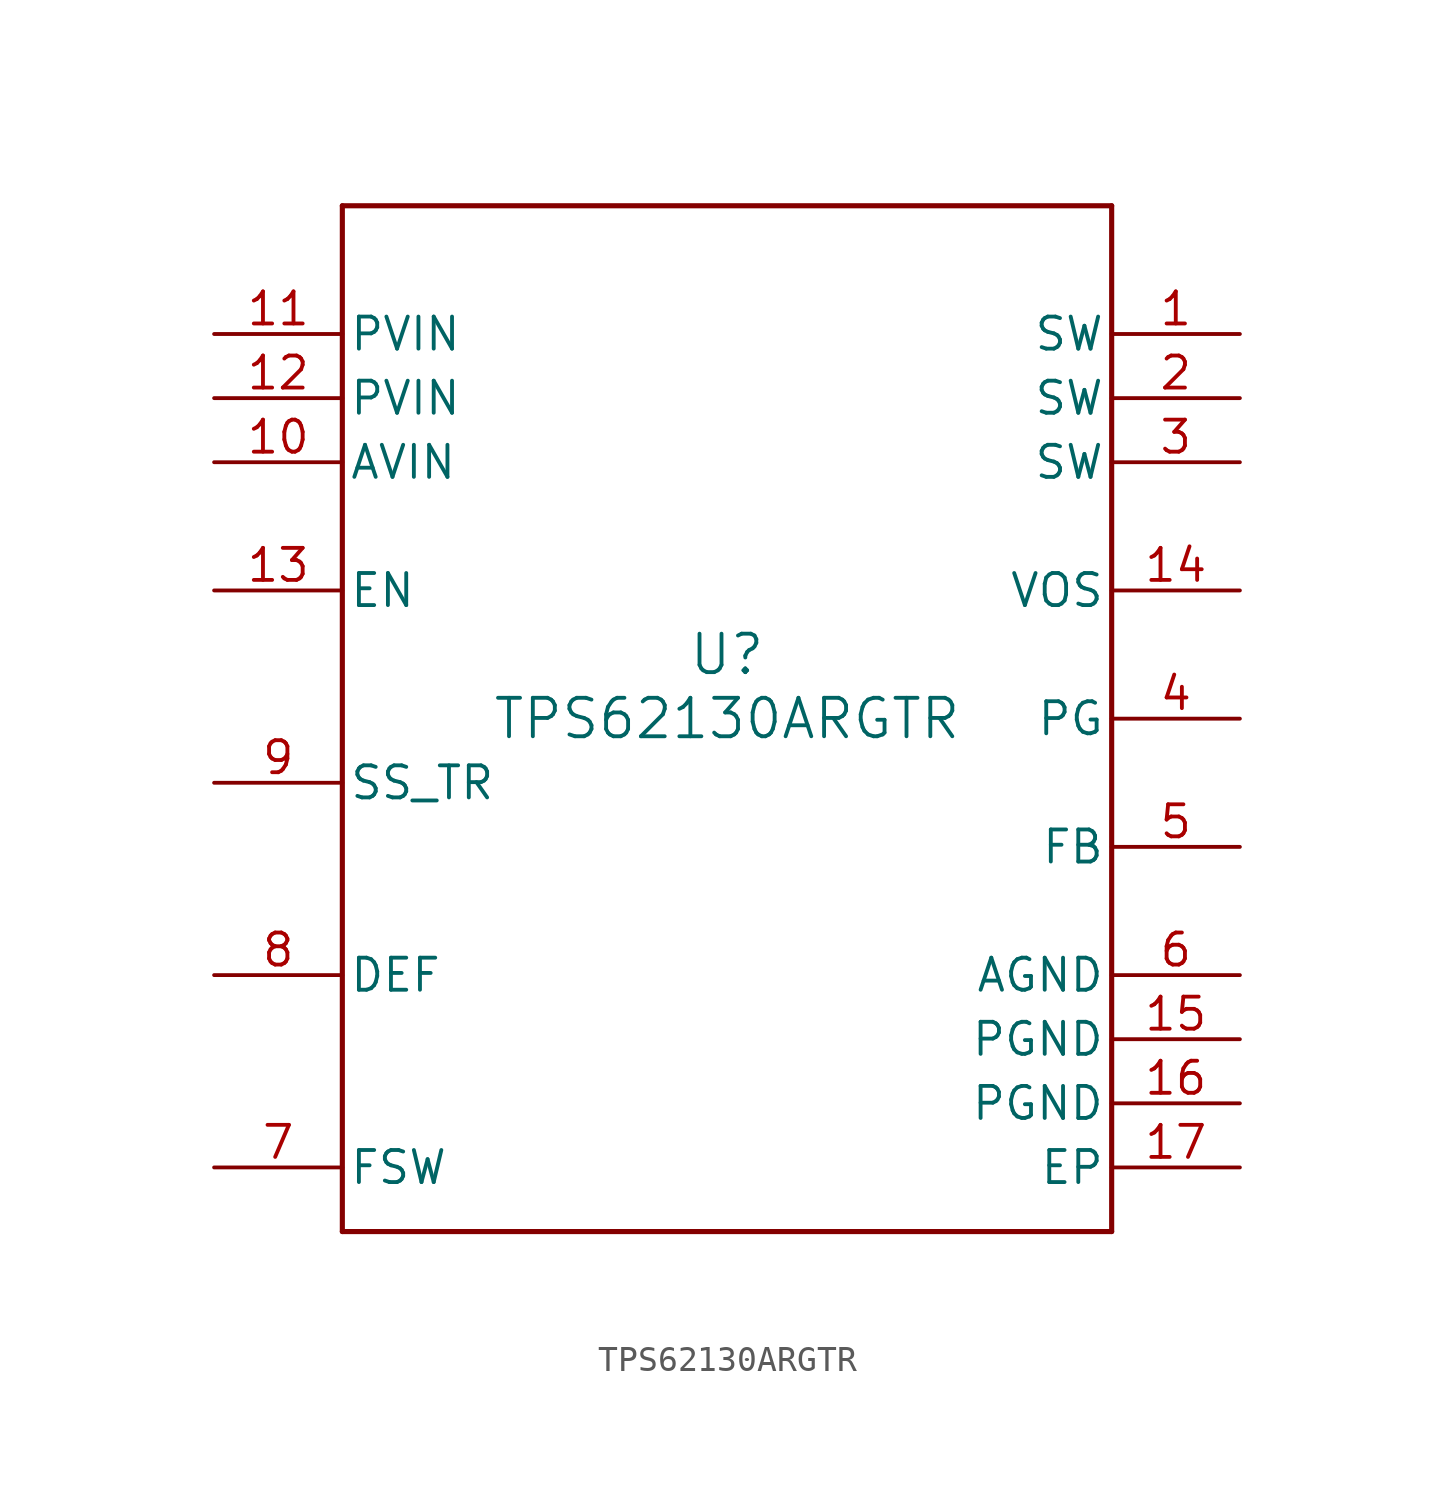
<source format=kicad_sym>
(kicad_symbol_lib
  (version 20211014)
  (generator kicad_symbol_editor)
  (symbol "TPS62130ARGTR"
    (pin_names
      (offset 0.254))
    (property "Reference" "U"
      (at 0 2.54 0)
      (effects (font (size 1.524 1.524))))
    (property "Value" "TPS62130ARGTR"
      (at 0 0 0)
      (effects (font (size 1.524 1.524))))
    (symbol "TPS62130ARGTR_0_1"
      (polyline (pts (xy -15.24 -20.32) (xy 15.24 -20.32)) (stroke (width 0.203) (type default) (color 0 0 0 0)) (fill (type none)))
      (polyline (pts (xy 15.24 -20.32) (xy 15.24 20.32)) (stroke (width 0.203) (type default) (color 0 0 0 0)) (fill (type none)))
      (polyline (pts (xy 15.24 20.32) (xy -15.24 20.32)) (stroke (width 0.203) (type default) (color 0 0 0 0)) (fill (type none)))
      (polyline (pts (xy -15.24 20.32) (xy -15.24 -20.32)) (stroke (width 0.203) (type default) (color 0 0 0 0)) (fill (type none)))
      (pin power_in line (at 20.32 15.24 180) (length 5.08) (name "SW" (effects (font (size 1.27 1.27)))) (number "1" (effects (font (size 1.27 1.27)))))
      (pin power_in line (at 20.32 12.7 180) (length 5.08) (name "SW" (effects (font (size 1.27 1.27)))) (number "2" (effects (font (size 1.27 1.27)))))
      (pin power_in line (at 20.32 10.16 180) (length 5.08) (name "SW" (effects (font (size 1.27 1.27)))) (number "3" (effects (font (size 1.27 1.27)))))
      (pin open_collector line (at 20.32 0 180) (length 5.08) (name "PG" (effects (font (size 1.27 1.27)))) (number "4" (effects (font (size 1.27 1.27)))))
      (pin input line (at 20.32 -5.08 180) (length 5.08) (name "FB" (effects (font (size 1.27 1.27)))) (number "5" (effects (font (size 1.27 1.27)))))
      (pin power_in line (at 20.32 -10.16 180) (length 5.08) (name "AGND" (effects (font (size 1.27 1.27)))) (number "6" (effects (font (size 1.27 1.27)))))
      (pin input line (at -20.32 -17.78 0) (length 5.08) (name "FSW" (effects (font (size 1.27 1.27)))) (number "7" (effects (font (size 1.27 1.27)))))
      (pin input line (at -20.32 -10.16 0) (length 5.08) (name "DEF" (effects (font (size 1.27 1.27)))) (number "8" (effects (font (size 1.27 1.27)))))
      (pin input line (at -20.32 -2.54 0) (length 5.08) (name "SS_TR" (effects (font (size 1.27 1.27)))) (number "9" (effects (font (size 1.27 1.27)))))
      (pin power_in line (at -20.32 10.16 0) (length 5.08) (name "AVIN" (effects (font (size 1.27 1.27)))) (number "10" (effects (font (size 1.27 1.27)))))
      (pin power_in line (at -20.32 15.24 0) (length 5.08) (name "PVIN" (effects (font (size 1.27 1.27)))) (number "11" (effects (font (size 1.27 1.27)))))
      (pin power_in line (at -20.32 12.7 0) (length 5.08) (name "PVIN" (effects (font (size 1.27 1.27)))) (number "12" (effects (font (size 1.27 1.27)))))
      (pin input line (at -20.32 5.08 0) (length 5.08) (name "EN" (effects (font (size 1.27 1.27)))) (number "13" (effects (font (size 1.27 1.27)))))
      (pin input line (at 20.32 5.08 180) (length 5.08) (name "VOS" (effects (font (size 1.27 1.27)))) (number "14" (effects (font (size 1.27 1.27)))))
      (pin power_in line (at 20.32 -12.7 180) (length 5.08) (name "PGND" (effects (font (size 1.27 1.27)))) (number "15" (effects (font (size 1.27 1.27)))))
      (pin power_in line (at 20.32 -15.24 180) (length 5.08) (name "PGND" (effects (font (size 1.27 1.27)))) (number "16" (effects (font (size 1.27 1.27)))))
      (pin power_in line (at 20.32 -17.78 180) (length 5.08) (name "EP" (effects (font (size 1.27 1.27)))) (number "17" (effects (font (size 1.27 1.27))))))))
</source>
